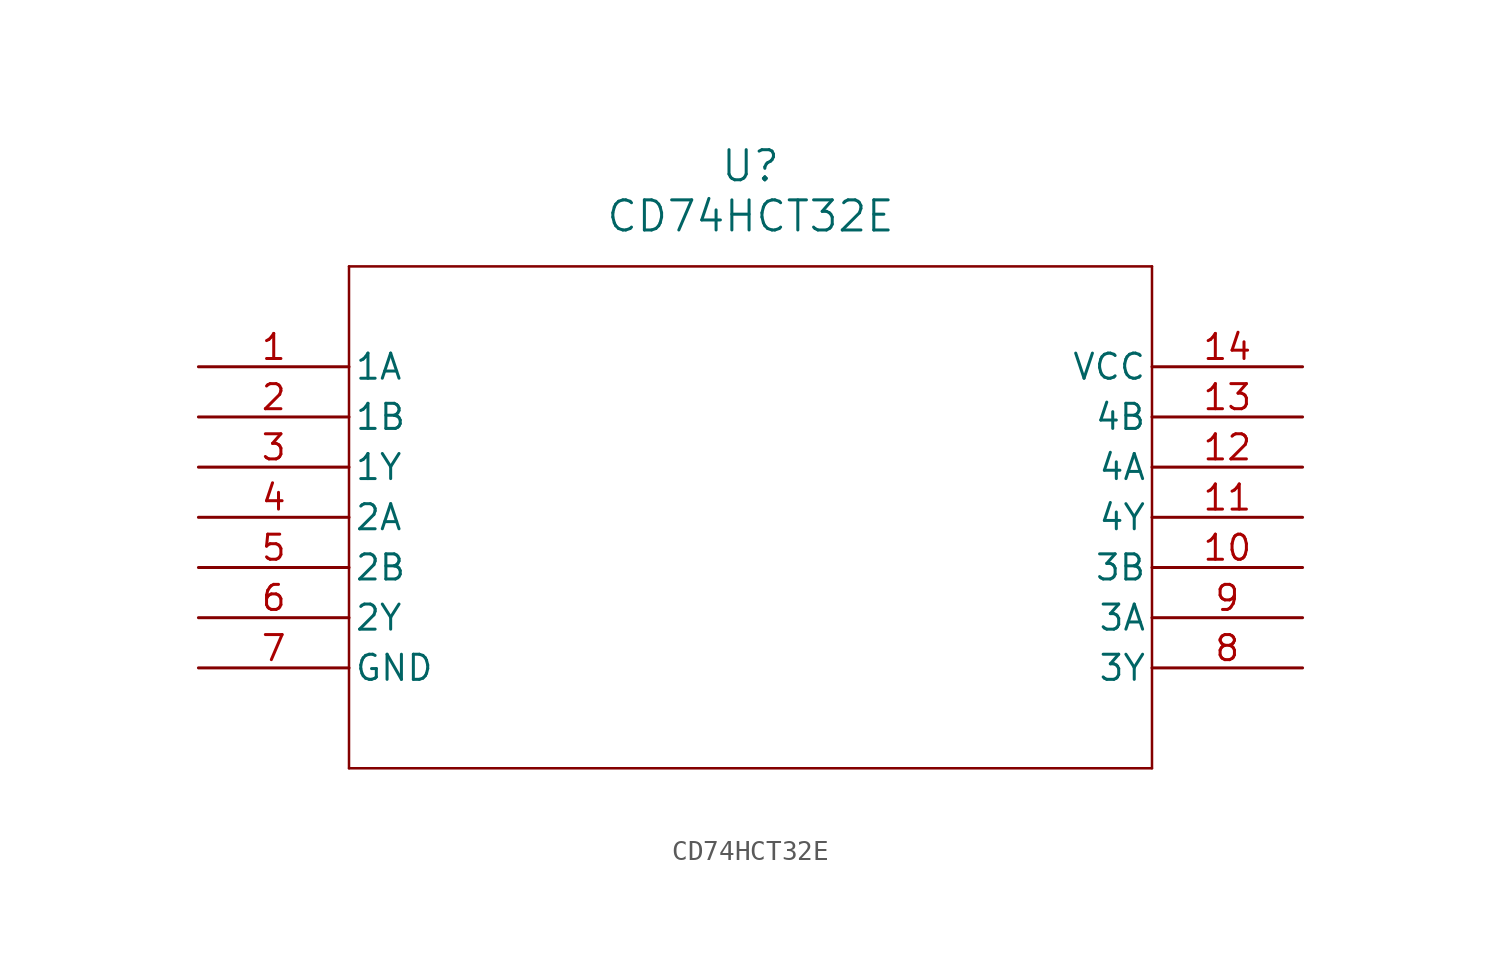
<source format=kicad_sym>
(kicad_symbol_lib
  (version 20211014)
  (generator kicad_symbol_editor)
  (symbol "CD74HCT32E"
    (pin_names
      (offset 0.254))
    (property "Reference" "U"
      (at 27.94 10.16 0)
      (effects (font (size 1.524 1.524))))
    (property "Value" "CD74HCT32E"
      (at 27.94 7.62 0)
      (effects (font (size 1.524 1.524))))
    (symbol "CD74HCT32E_0_1"
      (polyline (pts (xy 7.62 5.08) (xy 7.62 -20.32)) (stroke (width 0.127) (type default) (color 0 0 0 0)) (fill (type none)))
      (polyline (pts (xy 7.62 -20.32) (xy 48.26 -20.32)) (stroke (width 0.127) (type default) (color 0 0 0 0)) (fill (type none)))
      (polyline (pts (xy 48.26 -20.32) (xy 48.26 5.08)) (stroke (width 0.127) (type default) (color 0 0 0 0)) (fill (type none)))
      (polyline (pts (xy 48.26 5.08) (xy 7.62 5.08)) (stroke (width 0.127) (type default) (color 0 0 0 0)) (fill (type none)))
      (pin input line (at 0 0 0) (length 7.62) (name "1A" (effects (font (size 1.27 1.27)))) (number "1" (effects (font (size 1.27 1.27)))))
      (pin input line (at 0 -2.54 0) (length 7.62) (name "1B" (effects (font (size 1.27 1.27)))) (number "2" (effects (font (size 1.27 1.27)))))
      (pin output line (at 0 -5.08 0) (length 7.62) (name "1Y" (effects (font (size 1.27 1.27)))) (number "3" (effects (font (size 1.27 1.27)))))
      (pin input line (at 0 -7.62 0) (length 7.62) (name "2A" (effects (font (size 1.27 1.27)))) (number "4" (effects (font (size 1.27 1.27)))))
      (pin input line (at 0 -10.16 0) (length 7.62) (name "2B" (effects (font (size 1.27 1.27)))) (number "5" (effects (font (size 1.27 1.27)))))
      (pin output line (at 0 -12.7 0) (length 7.62) (name "2Y" (effects (font (size 1.27 1.27)))) (number "6" (effects (font (size 1.27 1.27)))))
      (pin power_in line (at 0 -15.24 0) (length 7.62) (name "GND" (effects (font (size 1.27 1.27)))) (number "7" (effects (font (size 1.27 1.27)))))
      (pin output line (at 55.88 -15.24 180) (length 7.62) (name "3Y" (effects (font (size 1.27 1.27)))) (number "8" (effects (font (size 1.27 1.27)))))
      (pin input line (at 55.88 -12.7 180) (length 7.62) (name "3A" (effects (font (size 1.27 1.27)))) (number "9" (effects (font (size 1.27 1.27)))))
      (pin input line (at 55.88 -10.16 180) (length 7.62) (name "3B" (effects (font (size 1.27 1.27)))) (number "10" (effects (font (size 1.27 1.27)))))
      (pin output line (at 55.88 -7.62 180) (length 7.62) (name "4Y" (effects (font (size 1.27 1.27)))) (number "11" (effects (font (size 1.27 1.27)))))
      (pin input line (at 55.88 -5.08 180) (length 7.62) (name "4A" (effects (font (size 1.27 1.27)))) (number "12" (effects (font (size 1.27 1.27)))))
      (pin input line (at 55.88 -2.54 180) (length 7.62) (name "4B" (effects (font (size 1.27 1.27)))) (number "13" (effects (font (size 1.27 1.27)))))
      (pin power_in line (at 55.88 0 180) (length 7.62) (name "VCC" (effects (font (size 1.27 1.27)))) (number "14" (effects (font (size 1.27 1.27))))))))
</source>
